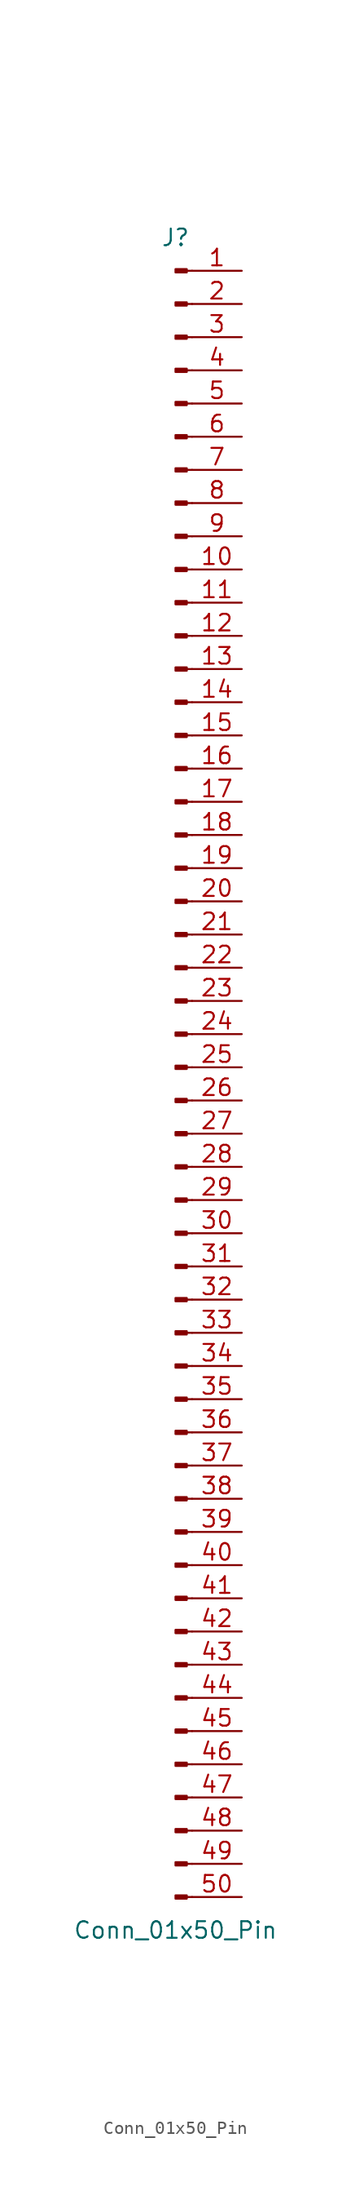
<source format=kicad_sym>
(kicad_symbol_lib
  (version 20220914)
  (generator kicad_symbol_editor)
  (symbol "Conn_01x50_Pin"
    (pin_names
      (offset 1.016) hide)
    (property "Reference" "J"
      (at 0 63.5 0)
      (effects (font (size 1.27 1.27))))
    (property "Value" "Conn_01x50_Pin"
      (at 0 -66.04 0)
      (effects (font (size 1.27 1.27))))
    (property "ki_locked" ""
      (at 0 0 0)
      (effects (font (size 1.27 1.27))))
    (symbol "Conn_01x50_Pin_1_1"
      (polyline (pts (xy 1.27 -63.5) (xy 0.864 -63.5)) (stroke (width 0.152) (type default)) (fill (type none)))
      (polyline (pts (xy 1.27 -60.96) (xy 0.864 -60.96)) (stroke (width 0.152) (type default)) (fill (type none)))
      (polyline (pts (xy 1.27 -58.42) (xy 0.864 -58.42)) (stroke (width 0.152) (type default)) (fill (type none)))
      (polyline (pts (xy 1.27 -55.88) (xy 0.864 -55.88)) (stroke (width 0.152) (type default)) (fill (type none)))
      (polyline (pts (xy 1.27 -53.34) (xy 0.864 -53.34)) (stroke (width 0.152) (type default)) (fill (type none)))
      (polyline (pts (xy 1.27 -50.8) (xy 0.864 -50.8)) (stroke (width 0.152) (type default)) (fill (type none)))
      (polyline (pts (xy 1.27 -48.26) (xy 0.864 -48.26)) (stroke (width 0.152) (type default)) (fill (type none)))
      (polyline (pts (xy 1.27 -45.72) (xy 0.864 -45.72)) (stroke (width 0.152) (type default)) (fill (type none)))
      (polyline (pts (xy 1.27 -43.18) (xy 0.864 -43.18)) (stroke (width 0.152) (type default)) (fill (type none)))
      (polyline (pts (xy 1.27 -40.64) (xy 0.864 -40.64)) (stroke (width 0.152) (type default)) (fill (type none)))
      (polyline (pts (xy 1.27 -38.1) (xy 0.864 -38.1)) (stroke (width 0.152) (type default)) (fill (type none)))
      (polyline (pts (xy 1.27 -35.56) (xy 0.864 -35.56)) (stroke (width 0.152) (type default)) (fill (type none)))
      (polyline (pts (xy 1.27 -33.02) (xy 0.864 -33.02)) (stroke (width 0.152) (type default)) (fill (type none)))
      (polyline (pts (xy 1.27 -30.48) (xy 0.864 -30.48)) (stroke (width 0.152) (type default)) (fill (type none)))
      (polyline (pts (xy 1.27 -27.94) (xy 0.864 -27.94)) (stroke (width 0.152) (type default)) (fill (type none)))
      (polyline (pts (xy 1.27 -25.4) (xy 0.864 -25.4)) (stroke (width 0.152) (type default)) (fill (type none)))
      (polyline (pts (xy 1.27 -22.86) (xy 0.864 -22.86)) (stroke (width 0.152) (type default)) (fill (type none)))
      (polyline (pts (xy 1.27 -20.32) (xy 0.864 -20.32)) (stroke (width 0.152) (type default)) (fill (type none)))
      (polyline (pts (xy 1.27 -17.78) (xy 0.864 -17.78)) (stroke (width 0.152) (type default)) (fill (type none)))
      (polyline (pts (xy 1.27 -15.24) (xy 0.864 -15.24)) (stroke (width 0.152) (type default)) (fill (type none)))
      (polyline (pts (xy 1.27 -12.7) (xy 0.864 -12.7)) (stroke (width 0.152) (type default)) (fill (type none)))
      (polyline (pts (xy 1.27 -10.16) (xy 0.864 -10.16)) (stroke (width 0.152) (type default)) (fill (type none)))
      (polyline (pts (xy 1.27 -7.62) (xy 0.864 -7.62)) (stroke (width 0.152) (type default)) (fill (type none)))
      (polyline (pts (xy 1.27 -5.08) (xy 0.864 -5.08)) (stroke (width 0.152) (type default)) (fill (type none)))
      (polyline (pts (xy 1.27 -2.54) (xy 0.864 -2.54)) (stroke (width 0.152) (type default)) (fill (type none)))
      (polyline (pts (xy 1.27 0) (xy 0.864 0)) (stroke (width 0.152) (type default)) (fill (type none)))
      (polyline (pts (xy 1.27 2.54) (xy 0.864 2.54)) (stroke (width 0.152) (type default)) (fill (type none)))
      (polyline (pts (xy 1.27 5.08) (xy 0.864 5.08)) (stroke (width 0.152) (type default)) (fill (type none)))
      (polyline (pts (xy 1.27 7.62) (xy 0.864 7.62)) (stroke (width 0.152) (type default)) (fill (type none)))
      (polyline (pts (xy 1.27 10.16) (xy 0.864 10.16)) (stroke (width 0.152) (type default)) (fill (type none)))
      (polyline (pts (xy 1.27 12.7) (xy 0.864 12.7)) (stroke (width 0.152) (type default)) (fill (type none)))
      (polyline (pts (xy 1.27 15.24) (xy 0.864 15.24)) (stroke (width 0.152) (type default)) (fill (type none)))
      (polyline (pts (xy 1.27 17.78) (xy 0.864 17.78)) (stroke (width 0.152) (type default)) (fill (type none)))
      (polyline (pts (xy 1.27 20.32) (xy 0.864 20.32)) (stroke (width 0.152) (type default)) (fill (type none)))
      (polyline (pts (xy 1.27 22.86) (xy 0.864 22.86)) (stroke (width 0.152) (type default)) (fill (type none)))
      (polyline (pts (xy 1.27 25.4) (xy 0.864 25.4)) (stroke (width 0.152) (type default)) (fill (type none)))
      (polyline (pts (xy 1.27 27.94) (xy 0.864 27.94)) (stroke (width 0.152) (type default)) (fill (type none)))
      (polyline (pts (xy 1.27 30.48) (xy 0.864 30.48)) (stroke (width 0.152) (type default)) (fill (type none)))
      (polyline (pts (xy 1.27 33.02) (xy 0.864 33.02)) (stroke (width 0.152) (type default)) (fill (type none)))
      (polyline (pts (xy 1.27 35.56) (xy 0.864 35.56)) (stroke (width 0.152) (type default)) (fill (type none)))
      (polyline (pts (xy 1.27 38.1) (xy 0.864 38.1)) (stroke (width 0.152) (type default)) (fill (type none)))
      (polyline (pts (xy 1.27 40.64) (xy 0.864 40.64)) (stroke (width 0.152) (type default)) (fill (type none)))
      (polyline (pts (xy 1.27 43.18) (xy 0.864 43.18)) (stroke (width 0.152) (type default)) (fill (type none)))
      (polyline (pts (xy 1.27 45.72) (xy 0.864 45.72)) (stroke (width 0.152) (type default)) (fill (type none)))
      (polyline (pts (xy 1.27 48.26) (xy 0.864 48.26)) (stroke (width 0.152) (type default)) (fill (type none)))
      (polyline (pts (xy 1.27 50.8) (xy 0.864 50.8)) (stroke (width 0.152) (type default)) (fill (type none)))
      (polyline (pts (xy 1.27 53.34) (xy 0.864 53.34)) (stroke (width 0.152) (type default)) (fill (type none)))
      (polyline (pts (xy 1.27 55.88) (xy 0.864 55.88)) (stroke (width 0.152) (type default)) (fill (type none)))
      (polyline (pts (xy 1.27 58.42) (xy 0.864 58.42)) (stroke (width 0.152) (type default)) (fill (type none)))
      (polyline (pts (xy 1.27 60.96) (xy 0.864 60.96)) (stroke (width 0.152) (type default)) (fill (type none)))
      (rectangle (start 0.864 -63.373) (end 0 -63.627) (stroke (width 0.152) (type default)) (fill (type outline)))
      (rectangle (start 0.864 -60.833) (end 0 -61.087) (stroke (width 0.152) (type default)) (fill (type outline)))
      (rectangle (start 0.864 -58.293) (end 0 -58.547) (stroke (width 0.152) (type default)) (fill (type outline)))
      (rectangle (start 0.864 -55.753) (end 0 -56.007) (stroke (width 0.152) (type default)) (fill (type outline)))
      (rectangle (start 0.864 -53.213) (end 0 -53.467) (stroke (width 0.152) (type default)) (fill (type outline)))
      (rectangle (start 0.864 -50.673) (end 0 -50.927) (stroke (width 0.152) (type default)) (fill (type outline)))
      (rectangle (start 0.864 -48.133) (end 0 -48.387) (stroke (width 0.152) (type default)) (fill (type outline)))
      (rectangle (start 0.864 -45.593) (end 0 -45.847) (stroke (width 0.152) (type default)) (fill (type outline)))
      (rectangle (start 0.864 -43.053) (end 0 -43.307) (stroke (width 0.152) (type default)) (fill (type outline)))
      (rectangle (start 0.864 -40.513) (end 0 -40.767) (stroke (width 0.152) (type default)) (fill (type outline)))
      (rectangle (start 0.864 -37.973) (end 0 -38.227) (stroke (width 0.152) (type default)) (fill (type outline)))
      (rectangle (start 0.864 -35.433) (end 0 -35.687) (stroke (width 0.152) (type default)) (fill (type outline)))
      (rectangle (start 0.864 -32.893) (end 0 -33.147) (stroke (width 0.152) (type default)) (fill (type outline)))
      (rectangle (start 0.864 -30.353) (end 0 -30.607) (stroke (width 0.152) (type default)) (fill (type outline)))
      (rectangle (start 0.864 -27.813) (end 0 -28.067) (stroke (width 0.152) (type default)) (fill (type outline)))
      (rectangle (start 0.864 -25.273) (end 0 -25.527) (stroke (width 0.152) (type default)) (fill (type outline)))
      (rectangle (start 0.864 -22.733) (end 0 -22.987) (stroke (width 0.152) (type default)) (fill (type outline)))
      (rectangle (start 0.864 -20.193) (end 0 -20.447) (stroke (width 0.152) (type default)) (fill (type outline)))
      (rectangle (start 0.864 -17.653) (end 0 -17.907) (stroke (width 0.152) (type default)) (fill (type outline)))
      (rectangle (start 0.864 -15.113) (end 0 -15.367) (stroke (width 0.152) (type default)) (fill (type outline)))
      (rectangle (start 0.864 -12.573) (end 0 -12.827) (stroke (width 0.152) (type default)) (fill (type outline)))
      (rectangle (start 0.864 -10.033) (end 0 -10.287) (stroke (width 0.152) (type default)) (fill (type outline)))
      (rectangle (start 0.864 -7.493) (end 0 -7.747) (stroke (width 0.152) (type default)) (fill (type outline)))
      (rectangle (start 0.864 -4.953) (end 0 -5.207) (stroke (width 0.152) (type default)) (fill (type outline)))
      (rectangle (start 0.864 -2.413) (end 0 -2.667) (stroke (width 0.152) (type default)) (fill (type outline)))
      (rectangle (start 0.864 0.127) (end 0 -0.127) (stroke (width 0.152) (type default)) (fill (type outline)))
      (rectangle (start 0.864 2.667) (end 0 2.413) (stroke (width 0.152) (type default)) (fill (type outline)))
      (rectangle (start 0.864 5.207) (end 0 4.953) (stroke (width 0.152) (type default)) (fill (type outline)))
      (rectangle (start 0.864 7.747) (end 0 7.493) (stroke (width 0.152) (type default)) (fill (type outline)))
      (rectangle (start 0.864 10.287) (end 0 10.033) (stroke (width 0.152) (type default)) (fill (type outline)))
      (rectangle (start 0.864 12.827) (end 0 12.573) (stroke (width 0.152) (type default)) (fill (type outline)))
      (rectangle (start 0.864 15.367) (end 0 15.113) (stroke (width 0.152) (type default)) (fill (type outline)))
      (rectangle (start 0.864 17.907) (end 0 17.653) (stroke (width 0.152) (type default)) (fill (type outline)))
      (rectangle (start 0.864 20.447) (end 0 20.193) (stroke (width 0.152) (type default)) (fill (type outline)))
      (rectangle (start 0.864 22.987) (end 0 22.733) (stroke (width 0.152) (type default)) (fill (type outline)))
      (rectangle (start 0.864 25.527) (end 0 25.273) (stroke (width 0.152) (type default)) (fill (type outline)))
      (rectangle (start 0.864 28.067) (end 0 27.813) (stroke (width 0.152) (type default)) (fill (type outline)))
      (rectangle (start 0.864 30.607) (end 0 30.353) (stroke (width 0.152) (type default)) (fill (type outline)))
      (rectangle (start 0.864 33.147) (end 0 32.893) (stroke (width 0.152) (type default)) (fill (type outline)))
      (rectangle (start 0.864 35.687) (end 0 35.433) (stroke (width 0.152) (type default)) (fill (type outline)))
      (rectangle (start 0.864 38.227) (end 0 37.973) (stroke (width 0.152) (type default)) (fill (type outline)))
      (rectangle (start 0.864 40.767) (end 0 40.513) (stroke (width 0.152) (type default)) (fill (type outline)))
      (rectangle (start 0.864 43.307) (end 0 43.053) (stroke (width 0.152) (type default)) (fill (type outline)))
      (rectangle (start 0.864 45.847) (end 0 45.593) (stroke (width 0.152) (type default)) (fill (type outline)))
      (rectangle (start 0.864 48.387) (end 0 48.133) (stroke (width 0.152) (type default)) (fill (type outline)))
      (rectangle (start 0.864 50.927) (end 0 50.673) (stroke (width 0.152) (type default)) (fill (type outline)))
      (rectangle (start 0.864 53.467) (end 0 53.213) (stroke (width 0.152) (type default)) (fill (type outline)))
      (rectangle (start 0.864 56.007) (end 0 55.753) (stroke (width 0.152) (type default)) (fill (type outline)))
      (rectangle (start 0.864 58.547) (end 0 58.293) (stroke (width 0.152) (type default)) (fill (type outline)))
      (rectangle (start 0.864 61.087) (end 0 60.833) (stroke (width 0.152) (type default)) (fill (type outline)))
      (pin passive line (at 5.08 60.96 180) (length 3.81) (name "Pin_1" (effects (font (size 1.27 1.27)))) (number "1" (effects (font (size 1.27 1.27)))))
      (pin passive line (at 5.08 38.1 180) (length 3.81) (name "Pin_10" (effects (font (size 1.27 1.27)))) (number "10" (effects (font (size 1.27 1.27)))))
      (pin passive line (at 5.08 35.56 180) (length 3.81) (name "Pin_11" (effects (font (size 1.27 1.27)))) (number "11" (effects (font (size 1.27 1.27)))))
      (pin passive line (at 5.08 33.02 180) (length 3.81) (name "Pin_12" (effects (font (size 1.27 1.27)))) (number "12" (effects (font (size 1.27 1.27)))))
      (pin passive line (at 5.08 30.48 180) (length 3.81) (name "Pin_13" (effects (font (size 1.27 1.27)))) (number "13" (effects (font (size 1.27 1.27)))))
      (pin passive line (at 5.08 27.94 180) (length 3.81) (name "Pin_14" (effects (font (size 1.27 1.27)))) (number "14" (effects (font (size 1.27 1.27)))))
      (pin passive line (at 5.08 25.4 180) (length 3.81) (name "Pin_15" (effects (font (size 1.27 1.27)))) (number "15" (effects (font (size 1.27 1.27)))))
      (pin passive line (at 5.08 22.86 180) (length 3.81) (name "Pin_16" (effects (font (size 1.27 1.27)))) (number "16" (effects (font (size 1.27 1.27)))))
      (pin passive line (at 5.08 20.32 180) (length 3.81) (name "Pin_17" (effects (font (size 1.27 1.27)))) (number "17" (effects (font (size 1.27 1.27)))))
      (pin passive line (at 5.08 17.78 180) (length 3.81) (name "Pin_18" (effects (font (size 1.27 1.27)))) (number "18" (effects (font (size 1.27 1.27)))))
      (pin passive line (at 5.08 15.24 180) (length 3.81) (name "Pin_19" (effects (font (size 1.27 1.27)))) (number "19" (effects (font (size 1.27 1.27)))))
      (pin passive line (at 5.08 58.42 180) (length 3.81) (name "Pin_2" (effects (font (size 1.27 1.27)))) (number "2" (effects (font (size 1.27 1.27)))))
      (pin passive line (at 5.08 12.7 180) (length 3.81) (name "Pin_20" (effects (font (size 1.27 1.27)))) (number "20" (effects (font (size 1.27 1.27)))))
      (pin passive line (at 5.08 10.16 180) (length 3.81) (name "Pin_21" (effects (font (size 1.27 1.27)))) (number "21" (effects (font (size 1.27 1.27)))))
      (pin passive line (at 5.08 7.62 180) (length 3.81) (name "Pin_22" (effects (font (size 1.27 1.27)))) (number "22" (effects (font (size 1.27 1.27)))))
      (pin passive line (at 5.08 5.08 180) (length 3.81) (name "Pin_23" (effects (font (size 1.27 1.27)))) (number "23" (effects (font (size 1.27 1.27)))))
      (pin passive line (at 5.08 2.54 180) (length 3.81) (name "Pin_24" (effects (font (size 1.27 1.27)))) (number "24" (effects (font (size 1.27 1.27)))))
      (pin passive line (at 5.08 0 180) (length 3.81) (name "Pin_25" (effects (font (size 1.27 1.27)))) (number "25" (effects (font (size 1.27 1.27)))))
      (pin passive line (at 5.08 -2.54 180) (length 3.81) (name "Pin_26" (effects (font (size 1.27 1.27)))) (number "26" (effects (font (size 1.27 1.27)))))
      (pin passive line (at 5.08 -5.08 180) (length 3.81) (name "Pin_27" (effects (font (size 1.27 1.27)))) (number "27" (effects (font (size 1.27 1.27)))))
      (pin passive line (at 5.08 -7.62 180) (length 3.81) (name "Pin_28" (effects (font (size 1.27 1.27)))) (number "28" (effects (font (size 1.27 1.27)))))
      (pin passive line (at 5.08 -10.16 180) (length 3.81) (name "Pin_29" (effects (font (size 1.27 1.27)))) (number "29" (effects (font (size 1.27 1.27)))))
      (pin passive line (at 5.08 55.88 180) (length 3.81) (name "Pin_3" (effects (font (size 1.27 1.27)))) (number "3" (effects (font (size 1.27 1.27)))))
      (pin passive line (at 5.08 -12.7 180) (length 3.81) (name "Pin_30" (effects (font (size 1.27 1.27)))) (number "30" (effects (font (size 1.27 1.27)))))
      (pin passive line (at 5.08 -15.24 180) (length 3.81) (name "Pin_31" (effects (font (size 1.27 1.27)))) (number "31" (effects (font (size 1.27 1.27)))))
      (pin passive line (at 5.08 -17.78 180) (length 3.81) (name "Pin_32" (effects (font (size 1.27 1.27)))) (number "32" (effects (font (size 1.27 1.27)))))
      (pin passive line (at 5.08 -20.32 180) (length 3.81) (name "Pin_33" (effects (font (size 1.27 1.27)))) (number "33" (effects (font (size 1.27 1.27)))))
      (pin passive line (at 5.08 -22.86 180) (length 3.81) (name "Pin_34" (effects (font (size 1.27 1.27)))) (number "34" (effects (font (size 1.27 1.27)))))
      (pin passive line (at 5.08 -25.4 180) (length 3.81) (name "Pin_35" (effects (font (size 1.27 1.27)))) (number "35" (effects (font (size 1.27 1.27)))))
      (pin passive line (at 5.08 -27.94 180) (length 3.81) (name "Pin_36" (effects (font (size 1.27 1.27)))) (number "36" (effects (font (size 1.27 1.27)))))
      (pin passive line (at 5.08 -30.48 180) (length 3.81) (name "Pin_37" (effects (font (size 1.27 1.27)))) (number "37" (effects (font (size 1.27 1.27)))))
      (pin passive line (at 5.08 -33.02 180) (length 3.81) (name "Pin_38" (effects (font (size 1.27 1.27)))) (number "38" (effects (font (size 1.27 1.27)))))
      (pin passive line (at 5.08 -35.56 180) (length 3.81) (name "Pin_39" (effects (font (size 1.27 1.27)))) (number "39" (effects (font (size 1.27 1.27)))))
      (pin passive line (at 5.08 53.34 180) (length 3.81) (name "Pin_4" (effects (font (size 1.27 1.27)))) (number "4" (effects (font (size 1.27 1.27)))))
      (pin passive line (at 5.08 -38.1 180) (length 3.81) (name "Pin_40" (effects (font (size 1.27 1.27)))) (number "40" (effects (font (size 1.27 1.27)))))
      (pin passive line (at 5.08 -40.64 180) (length 3.81) (name "Pin_41" (effects (font (size 1.27 1.27)))) (number "41" (effects (font (size 1.27 1.27)))))
      (pin passive line (at 5.08 -43.18 180) (length 3.81) (name "Pin_42" (effects (font (size 1.27 1.27)))) (number "42" (effects (font (size 1.27 1.27)))))
      (pin passive line (at 5.08 -45.72 180) (length 3.81) (name "Pin_43" (effects (font (size 1.27 1.27)))) (number "43" (effects (font (size 1.27 1.27)))))
      (pin passive line (at 5.08 -48.26 180) (length 3.81) (name "Pin_44" (effects (font (size 1.27 1.27)))) (number "44" (effects (font (size 1.27 1.27)))))
      (pin passive line (at 5.08 -50.8 180) (length 3.81) (name "Pin_45" (effects (font (size 1.27 1.27)))) (number "45" (effects (font (size 1.27 1.27)))))
      (pin passive line (at 5.08 -53.34 180) (length 3.81) (name "Pin_46" (effects (font (size 1.27 1.27)))) (number "46" (effects (font (size 1.27 1.27)))))
      (pin passive line (at 5.08 -55.88 180) (length 3.81) (name "Pin_47" (effects (font (size 1.27 1.27)))) (number "47" (effects (font (size 1.27 1.27)))))
      (pin passive line (at 5.08 -58.42 180) (length 3.81) (name "Pin_48" (effects (font (size 1.27 1.27)))) (number "48" (effects (font (size 1.27 1.27)))))
      (pin passive line (at 5.08 -60.96 180) (length 3.81) (name "Pin_49" (effects (font (size 1.27 1.27)))) (number "49" (effects (font (size 1.27 1.27)))))
      (pin passive line (at 5.08 50.8 180) (length 3.81) (name "Pin_5" (effects (font (size 1.27 1.27)))) (number "5" (effects (font (size 1.27 1.27)))))
      (pin passive line (at 5.08 -63.5 180) (length 3.81) (name "Pin_50" (effects (font (size 1.27 1.27)))) (number "50" (effects (font (size 1.27 1.27)))))
      (pin passive line (at 5.08 48.26 180) (length 3.81) (name "Pin_6" (effects (font (size 1.27 1.27)))) (number "6" (effects (font (size 1.27 1.27)))))
      (pin passive line (at 5.08 45.72 180) (length 3.81) (name "Pin_7" (effects (font (size 1.27 1.27)))) (number "7" (effects (font (size 1.27 1.27)))))
      (pin passive line (at 5.08 43.18 180) (length 3.81) (name "Pin_8" (effects (font (size 1.27 1.27)))) (number "8" (effects (font (size 1.27 1.27)))))
      (pin passive line (at 5.08 40.64 180) (length 3.81) (name "Pin_9" (effects (font (size 1.27 1.27)))) (number "9" (effects (font (size 1.27 1.27))))))))
</source>
